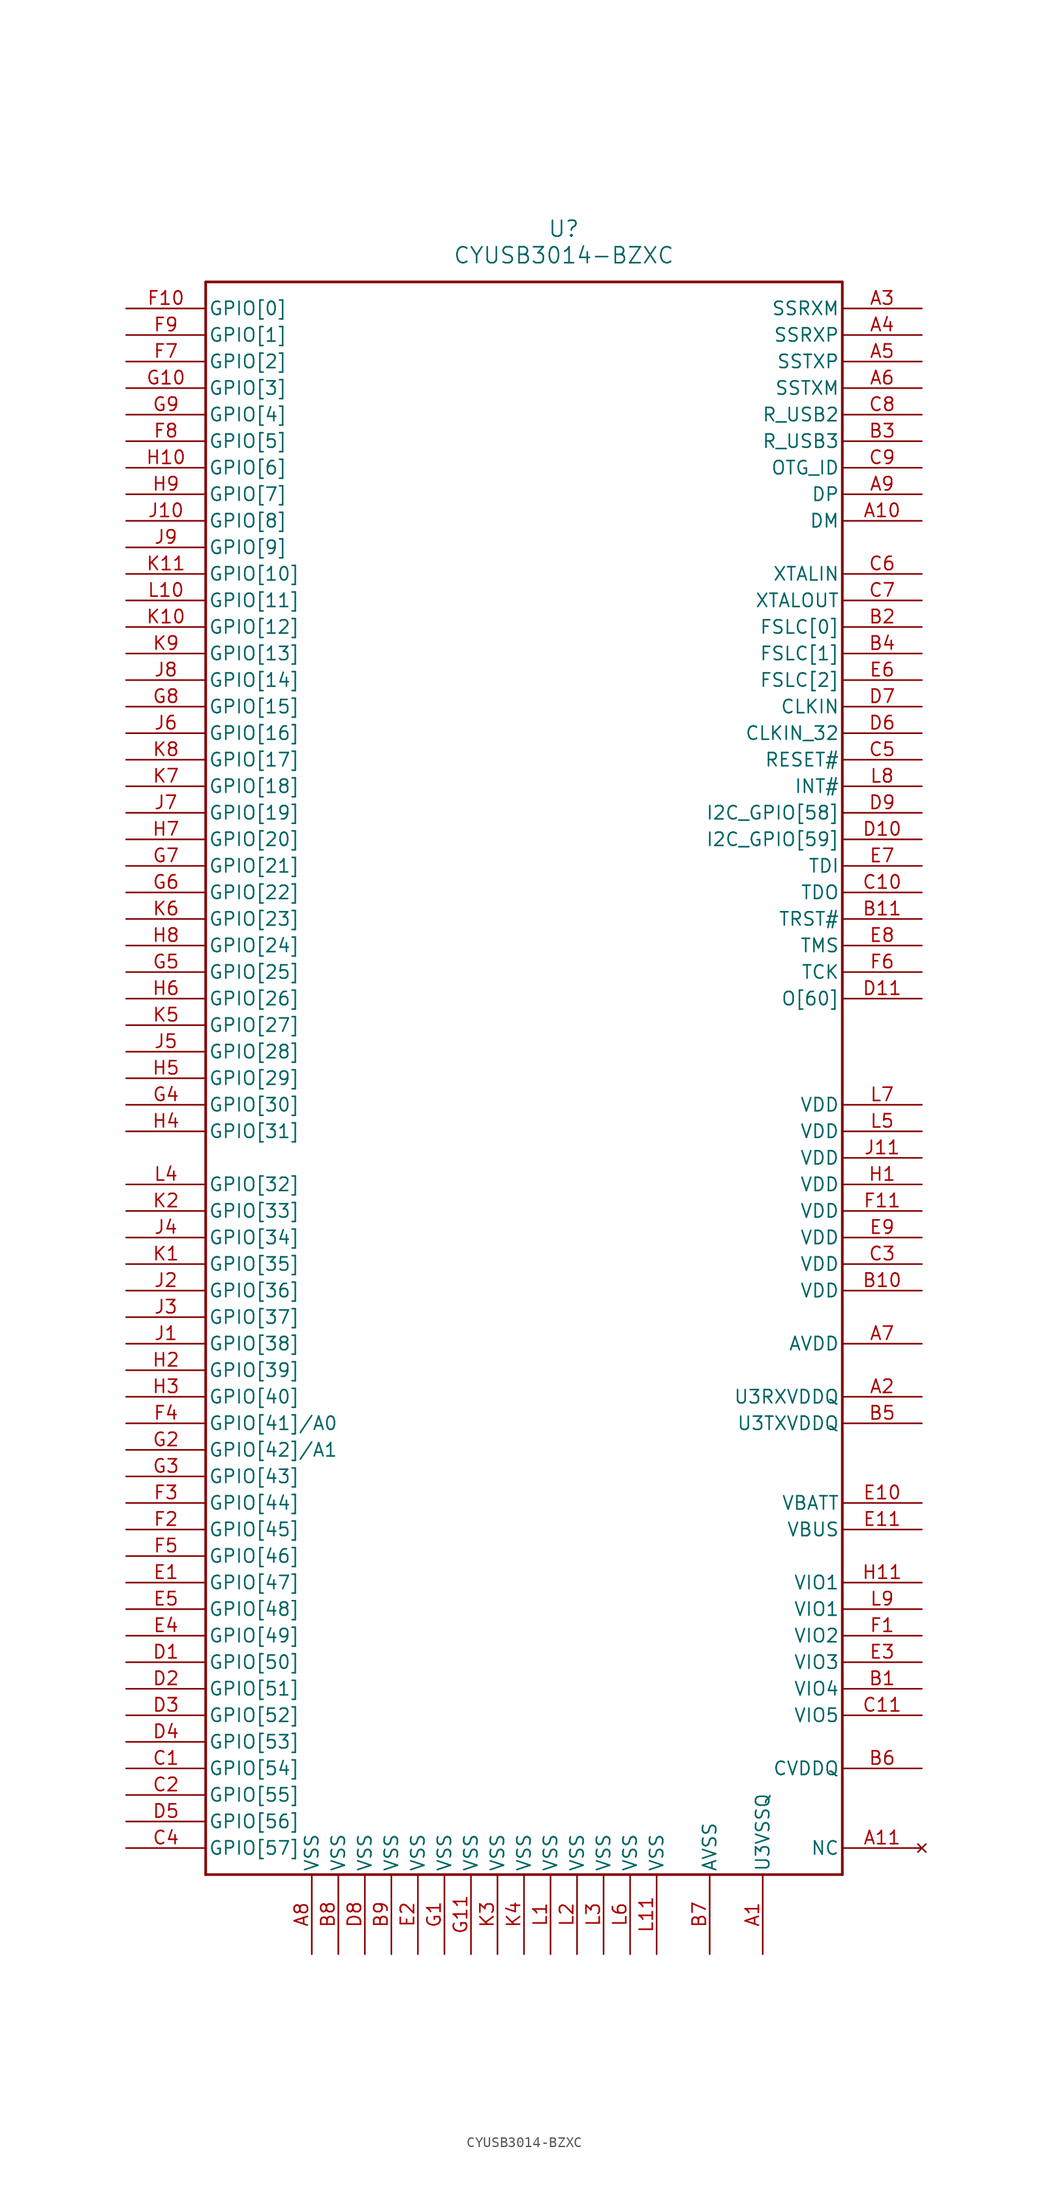
<source format=kicad_sym>
(kicad_symbol_lib
  (version 20231120)
  (generator "kicad_symbol_editor")
  (generator_version "8.0")
  (symbol "CYUSB3014-BZXC"
    (pin_names
      (offset 0.254))
    (property "Reference" "U"
      (at 3.81 83.82 0)
      (effects (font (size 1.524 1.524))))
    (property "Value" "CYUSB3014-BZXC"
      (at 3.81 81.28 0)
      (effects (font (size 1.524 1.524))))
    (symbol "CYUSB3014-BZXC_1_1"
      (polyline (pts (xy -30.48 -73.66) (xy 30.48 -73.66)) (stroke (width 0.254) (type default)) (fill (type none)))
      (polyline (pts (xy -30.48 78.74) (xy -30.48 -73.66)) (stroke (width 0.254) (type default)) (fill (type none)))
      (polyline (pts (xy 30.48 -73.66) (xy 30.48 78.74)) (stroke (width 0.254) (type default)) (fill (type none)))
      (polyline (pts (xy 30.48 78.74) (xy -30.48 78.74)) (stroke (width 0.254) (type default)) (fill (type none)))
      (pin power_in line (at 22.86 -81.28 90) (length 7.62) (name "U3VSSQ" (effects (font (size 1.27 1.27)))) (number "A1" (effects (font (size 1.27 1.27)))))
      (pin unspecified line (at 38.1 55.88 180) (length 7.62) (name "DM" (effects (font (size 1.27 1.27)))) (number "A10" (effects (font (size 1.27 1.27)))))
      (pin no_connect line (at 38.1 -71.12 180) (length 7.62) (name "NC" (effects (font (size 1.27 1.27)))) (number "A11" (effects (font (size 1.27 1.27)))))
      (pin power_in line (at 38.1 -27.94 180) (length 7.62) (name "U3RXVDDQ" (effects (font (size 1.27 1.27)))) (number "A2" (effects (font (size 1.27 1.27)))))
      (pin input line (at 38.1 76.2 180) (length 7.62) (name "SSRXM" (effects (font (size 1.27 1.27)))) (number "A3" (effects (font (size 1.27 1.27)))))
      (pin input line (at 38.1 73.66 180) (length 7.62) (name "SSRXP" (effects (font (size 1.27 1.27)))) (number "A4" (effects (font (size 1.27 1.27)))))
      (pin output line (at 38.1 71.12 180) (length 7.62) (name "SSTXP" (effects (font (size 1.27 1.27)))) (number "A5" (effects (font (size 1.27 1.27)))))
      (pin output line (at 38.1 68.58 180) (length 7.62) (name "SSTXM" (effects (font (size 1.27 1.27)))) (number "A6" (effects (font (size 1.27 1.27)))))
      (pin power_in line (at 38.1 -22.86 180) (length 7.62) (name "AVDD" (effects (font (size 1.27 1.27)))) (number "A7" (effects (font (size 1.27 1.27)))))
      (pin power_in line (at -20.32 -81.28 90) (length 7.62) (name "VSS" (effects (font (size 1.27 1.27)))) (number "A8" (effects (font (size 1.27 1.27)))))
      (pin unspecified line (at 38.1 58.42 180) (length 7.62) (name "DP" (effects (font (size 1.27 1.27)))) (number "A9" (effects (font (size 1.27 1.27)))))
      (pin power_in line (at 38.1 -55.88 180) (length 7.62) (name "VIO4" (effects (font (size 1.27 1.27)))) (number "B1" (effects (font (size 1.27 1.27)))))
      (pin power_in line (at 38.1 -17.78 180) (length 7.62) (name "VDD" (effects (font (size 1.27 1.27)))) (number "B10" (effects (font (size 1.27 1.27)))))
      (pin output line (at 38.1 17.78 180) (length 7.62) (name "TRST#" (effects (font (size 1.27 1.27)))) (number "B11" (effects (font (size 1.27 1.27)))))
      (pin input line (at 38.1 45.72 180) (length 7.62) (name "FSLC[0]" (effects (font (size 1.27 1.27)))) (number "B2" (effects (font (size 1.27 1.27)))))
      (pin unspecified line (at 38.1 63.5 180) (length 7.62) (name "R_USB3" (effects (font (size 1.27 1.27)))) (number "B3" (effects (font (size 1.27 1.27)))))
      (pin input line (at 38.1 43.18 180) (length 7.62) (name "FSLC[1]" (effects (font (size 1.27 1.27)))) (number "B4" (effects (font (size 1.27 1.27)))))
      (pin power_in line (at 38.1 -30.48 180) (length 7.62) (name "U3TXVDDQ" (effects (font (size 1.27 1.27)))) (number "B5" (effects (font (size 1.27 1.27)))))
      (pin power_in line (at 38.1 -63.5 180) (length 7.62) (name "CVDDQ" (effects (font (size 1.27 1.27)))) (number "B6" (effects (font (size 1.27 1.27)))))
      (pin power_in line (at 17.78 -81.28 90) (length 7.62) (name "AVSS" (effects (font (size 1.27 1.27)))) (number "B7" (effects (font (size 1.27 1.27)))))
      (pin power_in line (at -17.78 -81.28 90) (length 7.62) (name "VSS" (effects (font (size 1.27 1.27)))) (number "B8" (effects (font (size 1.27 1.27)))))
      (pin power_in line (at -12.7 -81.28 90) (length 7.62) (name "VSS" (effects (font (size 1.27 1.27)))) (number "B9" (effects (font (size 1.27 1.27)))))
      (pin unspecified line (at -38.1 -63.5 0) (length 7.62) (name "GPIO[54]" (effects (font (size 1.27 1.27)))) (number "C1" (effects (font (size 1.27 1.27)))))
      (pin output line (at 38.1 20.32 180) (length 7.62) (name "TDO" (effects (font (size 1.27 1.27)))) (number "C10" (effects (font (size 1.27 1.27)))))
      (pin power_in line (at 38.1 -58.42 180) (length 7.62) (name "VIO5" (effects (font (size 1.27 1.27)))) (number "C11" (effects (font (size 1.27 1.27)))))
      (pin unspecified line (at -38.1 -66.04 0) (length 7.62) (name "GPIO[55]" (effects (font (size 1.27 1.27)))) (number "C2" (effects (font (size 1.27 1.27)))))
      (pin power_in line (at 38.1 -15.24 180) (length 7.62) (name "VDD" (effects (font (size 1.27 1.27)))) (number "C3" (effects (font (size 1.27 1.27)))))
      (pin unspecified line (at -38.1 -71.12 0) (length 7.62) (name "GPIO[57]" (effects (font (size 1.27 1.27)))) (number "C4" (effects (font (size 1.27 1.27)))))
      (pin input line (at 38.1 33.02 180) (length 7.62) (name "RESET#" (effects (font (size 1.27 1.27)))) (number "C5" (effects (font (size 1.27 1.27)))))
      (pin unspecified line (at 38.1 50.8 180) (length 7.62) (name "XTALIN" (effects (font (size 1.27 1.27)))) (number "C6" (effects (font (size 1.27 1.27)))))
      (pin unspecified line (at 38.1 48.26 180) (length 7.62) (name "XTALOUT" (effects (font (size 1.27 1.27)))) (number "C7" (effects (font (size 1.27 1.27)))))
      (pin unspecified line (at 38.1 66.04 180) (length 7.62) (name "R_USB2" (effects (font (size 1.27 1.27)))) (number "C8" (effects (font (size 1.27 1.27)))))
      (pin input line (at 38.1 60.96 180) (length 7.62) (name "OTG_ID" (effects (font (size 1.27 1.27)))) (number "C9" (effects (font (size 1.27 1.27)))))
      (pin unspecified line (at -38.1 -53.34 0) (length 7.62) (name "GPIO[50]" (effects (font (size 1.27 1.27)))) (number "D1" (effects (font (size 1.27 1.27)))))
      (pin unspecified line (at 38.1 25.4 180) (length 7.62) (name "I2C_GPIO[59]" (effects (font (size 1.27 1.27)))) (number "D10" (effects (font (size 1.27 1.27)))))
      (pin input line (at 38.1 10.16 180) (length 7.62) (name "O[60]" (effects (font (size 1.27 1.27)))) (number "D11" (effects (font (size 1.27 1.27)))))
      (pin unspecified line (at -38.1 -55.88 0) (length 7.62) (name "GPIO[51]" (effects (font (size 1.27 1.27)))) (number "D2" (effects (font (size 1.27 1.27)))))
      (pin unspecified line (at -38.1 -58.42 0) (length 7.62) (name "GPIO[52]" (effects (font (size 1.27 1.27)))) (number "D3" (effects (font (size 1.27 1.27)))))
      (pin unspecified line (at -38.1 -60.96 0) (length 7.62) (name "GPIO[53]" (effects (font (size 1.27 1.27)))) (number "D4" (effects (font (size 1.27 1.27)))))
      (pin unspecified line (at -38.1 -68.58 0) (length 7.62) (name "GPIO[56]" (effects (font (size 1.27 1.27)))) (number "D5" (effects (font (size 1.27 1.27)))))
      (pin input line (at 38.1 35.56 180) (length 7.62) (name "CLKIN_32" (effects (font (size 1.27 1.27)))) (number "D6" (effects (font (size 1.27 1.27)))))
      (pin input line (at 38.1 38.1 180) (length 7.62) (name "CLKIN" (effects (font (size 1.27 1.27)))) (number "D7" (effects (font (size 1.27 1.27)))))
      (pin power_in line (at -15.24 -81.28 90) (length 7.62) (name "VSS" (effects (font (size 1.27 1.27)))) (number "D8" (effects (font (size 1.27 1.27)))))
      (pin unspecified line (at 38.1 27.94 180) (length 7.62) (name "I2C_GPIO[58]" (effects (font (size 1.27 1.27)))) (number "D9" (effects (font (size 1.27 1.27)))))
      (pin unspecified line (at -38.1 -45.72 0) (length 7.62) (name "GPIO[47]" (effects (font (size 1.27 1.27)))) (number "E1" (effects (font (size 1.27 1.27)))))
      (pin power_in line (at 38.1 -38.1 180) (length 7.62) (name "VBATT" (effects (font (size 1.27 1.27)))) (number "E10" (effects (font (size 1.27 1.27)))))
      (pin power_in line (at 38.1 -40.64 180) (length 7.62) (name "VBUS" (effects (font (size 1.27 1.27)))) (number "E11" (effects (font (size 1.27 1.27)))))
      (pin power_in line (at -10.16 -81.28 90) (length 7.62) (name "VSS" (effects (font (size 1.27 1.27)))) (number "E2" (effects (font (size 1.27 1.27)))))
      (pin power_in line (at 38.1 -53.34 180) (length 7.62) (name "VIO3" (effects (font (size 1.27 1.27)))) (number "E3" (effects (font (size 1.27 1.27)))))
      (pin unspecified line (at -38.1 -50.8 0) (length 7.62) (name "GPIO[49]" (effects (font (size 1.27 1.27)))) (number "E4" (effects (font (size 1.27 1.27)))))
      (pin unspecified line (at -38.1 -48.26 0) (length 7.62) (name "GPIO[48]" (effects (font (size 1.27 1.27)))) (number "E5" (effects (font (size 1.27 1.27)))))
      (pin input line (at 38.1 40.64 180) (length 7.62) (name "FSLC[2]" (effects (font (size 1.27 1.27)))) (number "E6" (effects (font (size 1.27 1.27)))))
      (pin input line (at 38.1 22.86 180) (length 7.62) (name "TDI" (effects (font (size 1.27 1.27)))) (number "E7" (effects (font (size 1.27 1.27)))))
      (pin input line (at 38.1 15.24 180) (length 7.62) (name "TMS" (effects (font (size 1.27 1.27)))) (number "E8" (effects (font (size 1.27 1.27)))))
      (pin power_in line (at 38.1 -12.7 180) (length 7.62) (name "VDD" (effects (font (size 1.27 1.27)))) (number "E9" (effects (font (size 1.27 1.27)))))
      (pin power_in line (at 38.1 -50.8 180) (length 7.62) (name "VIO2" (effects (font (size 1.27 1.27)))) (number "F1" (effects (font (size 1.27 1.27)))))
      (pin unspecified line (at -38.1 76.2 0) (length 7.62) (name "GPIO[0]" (effects (font (size 1.27 1.27)))) (number "F10" (effects (font (size 1.27 1.27)))))
      (pin power_in line (at 38.1 -10.16 180) (length 7.62) (name "VDD" (effects (font (size 1.27 1.27)))) (number "F11" (effects (font (size 1.27 1.27)))))
      (pin unspecified line (at -38.1 -40.64 0) (length 7.62) (name "GPIO[45]" (effects (font (size 1.27 1.27)))) (number "F2" (effects (font (size 1.27 1.27)))))
      (pin unspecified line (at -38.1 -38.1 0) (length 7.62) (name "GPIO[44]" (effects (font (size 1.27 1.27)))) (number "F3" (effects (font (size 1.27 1.27)))))
      (pin unspecified line (at -38.1 -30.48 0) (length 7.62) (name "GPIO[41]/A0" (effects (font (size 1.27 1.27)))) (number "F4" (effects (font (size 1.27 1.27)))))
      (pin unspecified line (at -38.1 -43.18 0) (length 7.62) (name "GPIO[46]" (effects (font (size 1.27 1.27)))) (number "F5" (effects (font (size 1.27 1.27)))))
      (pin input line (at 38.1 12.7 180) (length 7.62) (name "TCK" (effects (font (size 1.27 1.27)))) (number "F6" (effects (font (size 1.27 1.27)))))
      (pin unspecified line (at -38.1 71.12 0) (length 7.62) (name "GPIO[2]" (effects (font (size 1.27 1.27)))) (number "F7" (effects (font (size 1.27 1.27)))))
      (pin unspecified line (at -38.1 63.5 0) (length 7.62) (name "GPIO[5]" (effects (font (size 1.27 1.27)))) (number "F8" (effects (font (size 1.27 1.27)))))
      (pin unspecified line (at -38.1 73.66 0) (length 7.62) (name "GPIO[1]" (effects (font (size 1.27 1.27)))) (number "F9" (effects (font (size 1.27 1.27)))))
      (pin power_in line (at -7.62 -81.28 90) (length 7.62) (name "VSS" (effects (font (size 1.27 1.27)))) (number "G1" (effects (font (size 1.27 1.27)))))
      (pin unspecified line (at -38.1 68.58 0) (length 7.62) (name "GPIO[3]" (effects (font (size 1.27 1.27)))) (number "G10" (effects (font (size 1.27 1.27)))))
      (pin power_in line (at -5.08 -81.28 90) (length 7.62) (name "VSS" (effects (font (size 1.27 1.27)))) (number "G11" (effects (font (size 1.27 1.27)))))
      (pin unspecified line (at -38.1 -33.02 0) (length 7.62) (name "GPIO[42]/A1" (effects (font (size 1.27 1.27)))) (number "G2" (effects (font (size 1.27 1.27)))))
      (pin unspecified line (at -38.1 -35.56 0) (length 7.62) (name "GPIO[43]" (effects (font (size 1.27 1.27)))) (number "G3" (effects (font (size 1.27 1.27)))))
      (pin unspecified line (at -38.1 0 0) (length 7.62) (name "GPIO[30]" (effects (font (size 1.27 1.27)))) (number "G4" (effects (font (size 1.27 1.27)))))
      (pin unspecified line (at -38.1 12.7 0) (length 7.62) (name "GPIO[25]" (effects (font (size 1.27 1.27)))) (number "G5" (effects (font (size 1.27 1.27)))))
      (pin unspecified line (at -38.1 20.32 0) (length 7.62) (name "GPIO[22]" (effects (font (size 1.27 1.27)))) (number "G6" (effects (font (size 1.27 1.27)))))
      (pin unspecified line (at -38.1 22.86 0) (length 7.62) (name "GPIO[21]" (effects (font (size 1.27 1.27)))) (number "G7" (effects (font (size 1.27 1.27)))))
      (pin unspecified line (at -38.1 38.1 0) (length 7.62) (name "GPIO[15]" (effects (font (size 1.27 1.27)))) (number "G8" (effects (font (size 1.27 1.27)))))
      (pin unspecified line (at -38.1 66.04 0) (length 7.62) (name "GPIO[4]" (effects (font (size 1.27 1.27)))) (number "G9" (effects (font (size 1.27 1.27)))))
      (pin power_in line (at 38.1 -7.62 180) (length 7.62) (name "VDD" (effects (font (size 1.27 1.27)))) (number "H1" (effects (font (size 1.27 1.27)))))
      (pin unspecified line (at -38.1 60.96 0) (length 7.62) (name "GPIO[6]" (effects (font (size 1.27 1.27)))) (number "H10" (effects (font (size 1.27 1.27)))))
      (pin power_in line (at 38.1 -45.72 180) (length 7.62) (name "VIO1" (effects (font (size 1.27 1.27)))) (number "H11" (effects (font (size 1.27 1.27)))))
      (pin unspecified line (at -38.1 -25.4 0) (length 7.62) (name "GPIO[39]" (effects (font (size 1.27 1.27)))) (number "H2" (effects (font (size 1.27 1.27)))))
      (pin unspecified line (at -38.1 -27.94 0) (length 7.62) (name "GPIO[40]" (effects (font (size 1.27 1.27)))) (number "H3" (effects (font (size 1.27 1.27)))))
      (pin unspecified line (at -38.1 -2.54 0) (length 7.62) (name "GPIO[31]" (effects (font (size 1.27 1.27)))) (number "H4" (effects (font (size 1.27 1.27)))))
      (pin unspecified line (at -38.1 2.54 0) (length 7.62) (name "GPIO[29]" (effects (font (size 1.27 1.27)))) (number "H5" (effects (font (size 1.27 1.27)))))
      (pin unspecified line (at -38.1 10.16 0) (length 7.62) (name "GPIO[26]" (effects (font (size 1.27 1.27)))) (number "H6" (effects (font (size 1.27 1.27)))))
      (pin unspecified line (at -38.1 25.4 0) (length 7.62) (name "GPIO[20]" (effects (font (size 1.27 1.27)))) (number "H7" (effects (font (size 1.27 1.27)))))
      (pin unspecified line (at -38.1 15.24 0) (length 7.62) (name "GPIO[24]" (effects (font (size 1.27 1.27)))) (number "H8" (effects (font (size 1.27 1.27)))))
      (pin unspecified line (at -38.1 58.42 0) (length 7.62) (name "GPIO[7]" (effects (font (size 1.27 1.27)))) (number "H9" (effects (font (size 1.27 1.27)))))
      (pin unspecified line (at -38.1 -22.86 0) (length 7.62) (name "GPIO[38]" (effects (font (size 1.27 1.27)))) (number "J1" (effects (font (size 1.27 1.27)))))
      (pin unspecified line (at -38.1 55.88 0) (length 7.62) (name "GPIO[8]" (effects (font (size 1.27 1.27)))) (number "J10" (effects (font (size 1.27 1.27)))))
      (pin power_in line (at 38.1 -5.08 180) (length 7.62) (name "VDD" (effects (font (size 1.27 1.27)))) (number "J11" (effects (font (size 1.27 1.27)))))
      (pin unspecified line (at -38.1 -17.78 0) (length 7.62) (name "GPIO[36]" (effects (font (size 1.27 1.27)))) (number "J2" (effects (font (size 1.27 1.27)))))
      (pin unspecified line (at -38.1 -20.32 0) (length 7.62) (name "GPIO[37]" (effects (font (size 1.27 1.27)))) (number "J3" (effects (font (size 1.27 1.27)))))
      (pin unspecified line (at -38.1 -12.7 0) (length 7.62) (name "GPIO[34]" (effects (font (size 1.27 1.27)))) (number "J4" (effects (font (size 1.27 1.27)))))
      (pin unspecified line (at -38.1 5.08 0) (length 7.62) (name "GPIO[28]" (effects (font (size 1.27 1.27)))) (number "J5" (effects (font (size 1.27 1.27)))))
      (pin unspecified line (at -38.1 35.56 0) (length 7.62) (name "GPIO[16]" (effects (font (size 1.27 1.27)))) (number "J6" (effects (font (size 1.27 1.27)))))
      (pin unspecified line (at -38.1 27.94 0) (length 7.62) (name "GPIO[19]" (effects (font (size 1.27 1.27)))) (number "J7" (effects (font (size 1.27 1.27)))))
      (pin unspecified line (at -38.1 40.64 0) (length 7.62) (name "GPIO[14]" (effects (font (size 1.27 1.27)))) (number "J8" (effects (font (size 1.27 1.27)))))
      (pin unspecified line (at -38.1 53.34 0) (length 7.62) (name "GPIO[9]" (effects (font (size 1.27 1.27)))) (number "J9" (effects (font (size 1.27 1.27)))))
      (pin unspecified line (at -38.1 -15.24 0) (length 7.62) (name "GPIO[35]" (effects (font (size 1.27 1.27)))) (number "K1" (effects (font (size 1.27 1.27)))))
      (pin unspecified line (at -38.1 45.72 0) (length 7.62) (name "GPIO[12]" (effects (font (size 1.27 1.27)))) (number "K10" (effects (font (size 1.27 1.27)))))
      (pin unspecified line (at -38.1 50.8 0) (length 7.62) (name "GPIO[10]" (effects (font (size 1.27 1.27)))) (number "K11" (effects (font (size 1.27 1.27)))))
      (pin unspecified line (at -38.1 -10.16 0) (length 7.62) (name "GPIO[33]" (effects (font (size 1.27 1.27)))) (number "K2" (effects (font (size 1.27 1.27)))))
      (pin power_in line (at -2.54 -81.28 90) (length 7.62) (name "VSS" (effects (font (size 1.27 1.27)))) (number "K3" (effects (font (size 1.27 1.27)))))
      (pin power_in line (at 0 -81.28 90) (length 7.62) (name "VSS" (effects (font (size 1.27 1.27)))) (number "K4" (effects (font (size 1.27 1.27)))))
      (pin unspecified line (at -38.1 7.62 0) (length 7.62) (name "GPIO[27]" (effects (font (size 1.27 1.27)))) (number "K5" (effects (font (size 1.27 1.27)))))
      (pin unspecified line (at -38.1 17.78 0) (length 7.62) (name "GPIO[23]" (effects (font (size 1.27 1.27)))) (number "K6" (effects (font (size 1.27 1.27)))))
      (pin unspecified line (at -38.1 30.48 0) (length 7.62) (name "GPIO[18]" (effects (font (size 1.27 1.27)))) (number "K7" (effects (font (size 1.27 1.27)))))
      (pin unspecified line (at -38.1 33.02 0) (length 7.62) (name "GPIO[17]" (effects (font (size 1.27 1.27)))) (number "K8" (effects (font (size 1.27 1.27)))))
      (pin unspecified line (at -38.1 43.18 0) (length 7.62) (name "GPIO[13]" (effects (font (size 1.27 1.27)))) (number "K9" (effects (font (size 1.27 1.27)))))
      (pin power_in line (at 2.54 -81.28 90) (length 7.62) (name "VSS" (effects (font (size 1.27 1.27)))) (number "L1" (effects (font (size 1.27 1.27)))))
      (pin unspecified line (at -38.1 48.26 0) (length 7.62) (name "GPIO[11]" (effects (font (size 1.27 1.27)))) (number "L10" (effects (font (size 1.27 1.27)))))
      (pin power_in line (at 12.7 -81.28 90) (length 7.62) (name "VSS" (effects (font (size 1.27 1.27)))) (number "L11" (effects (font (size 1.27 1.27)))))
      (pin power_in line (at 5.08 -81.28 90) (length 7.62) (name "VSS" (effects (font (size 1.27 1.27)))) (number "L2" (effects (font (size 1.27 1.27)))))
      (pin power_in line (at 7.62 -81.28 90) (length 7.62) (name "VSS" (effects (font (size 1.27 1.27)))) (number "L3" (effects (font (size 1.27 1.27)))))
      (pin unspecified line (at -38.1 -7.62 0) (length 7.62) (name "GPIO[32]" (effects (font (size 1.27 1.27)))) (number "L4" (effects (font (size 1.27 1.27)))))
      (pin power_in line (at 38.1 -2.54 180) (length 7.62) (name "VDD" (effects (font (size 1.27 1.27)))) (number "L5" (effects (font (size 1.27 1.27)))))
      (pin power_in line (at 10.16 -81.28 90) (length 7.62) (name "VSS" (effects (font (size 1.27 1.27)))) (number "L6" (effects (font (size 1.27 1.27)))))
      (pin power_in line (at 38.1 0 180) (length 7.62) (name "VDD" (effects (font (size 1.27 1.27)))) (number "L7" (effects (font (size 1.27 1.27)))))
      (pin unspecified line (at 38.1 30.48 180) (length 7.62) (name "INT#" (effects (font (size 1.27 1.27)))) (number "L8" (effects (font (size 1.27 1.27)))))
      (pin power_in line (at 38.1 -48.26 180) (length 7.62) (name "VIO1" (effects (font (size 1.27 1.27)))) (number "L9" (effects (font (size 1.27 1.27))))))))
</source>
